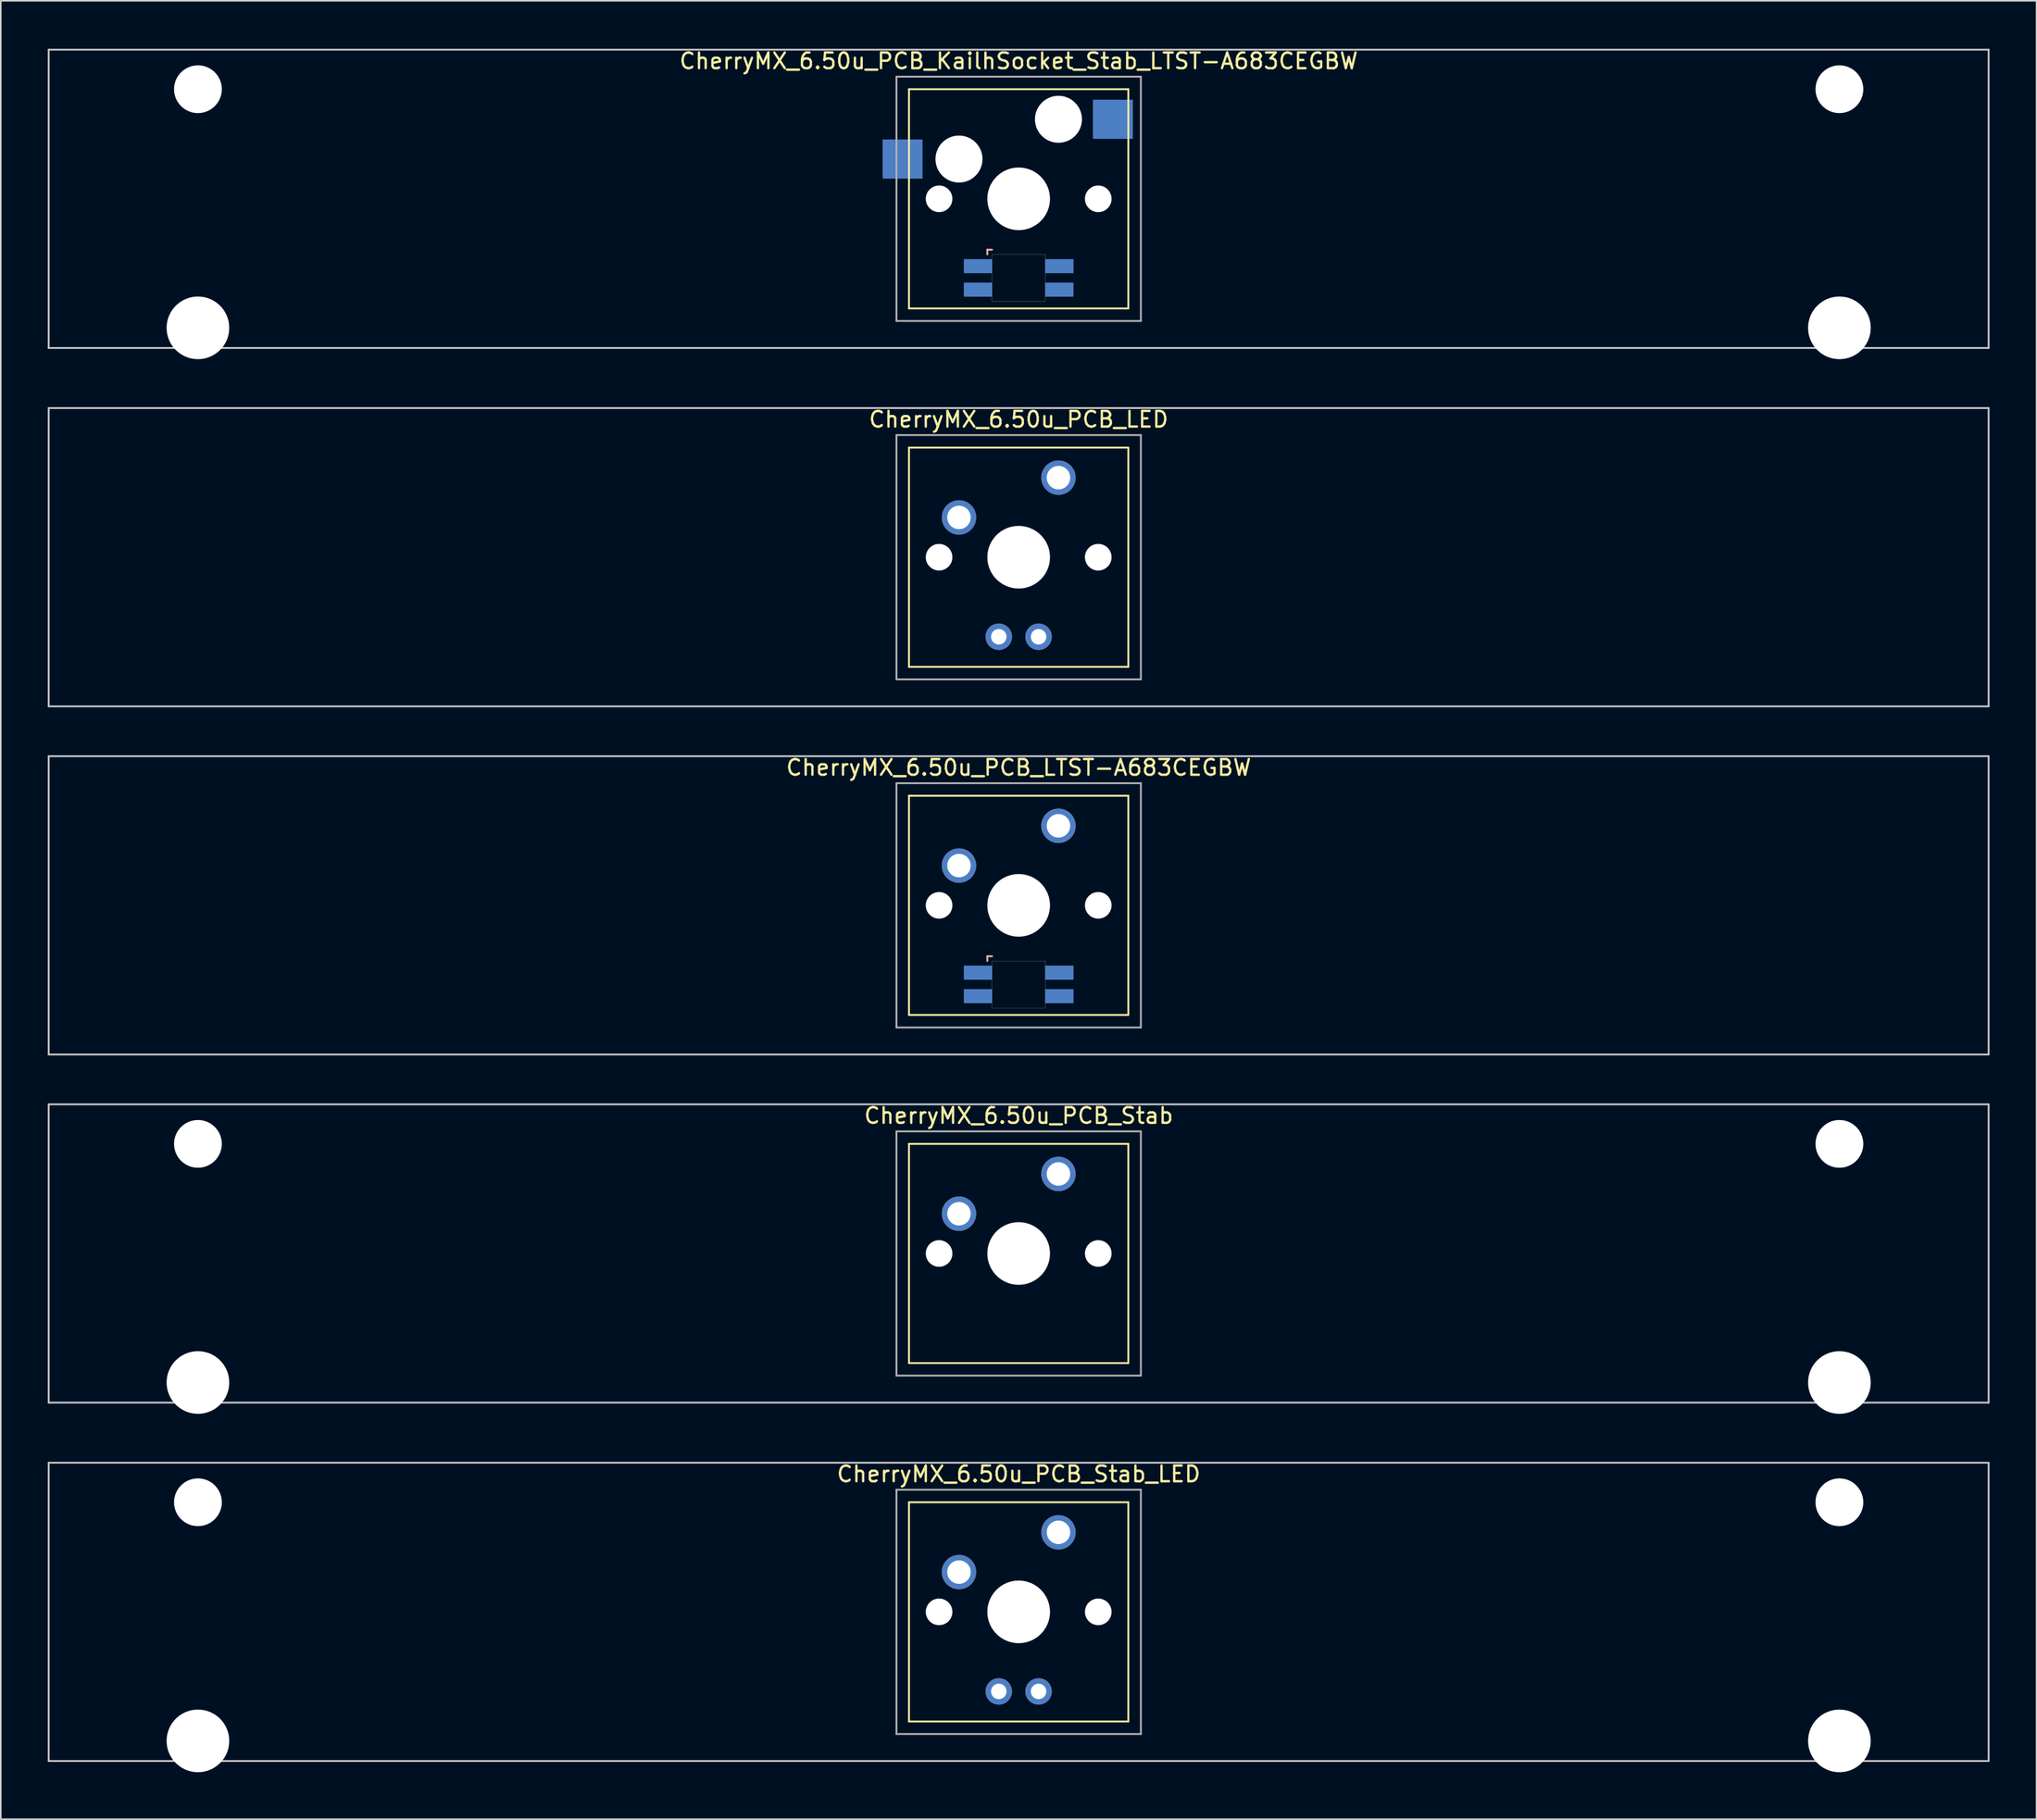
<source format=kicad_pcb>
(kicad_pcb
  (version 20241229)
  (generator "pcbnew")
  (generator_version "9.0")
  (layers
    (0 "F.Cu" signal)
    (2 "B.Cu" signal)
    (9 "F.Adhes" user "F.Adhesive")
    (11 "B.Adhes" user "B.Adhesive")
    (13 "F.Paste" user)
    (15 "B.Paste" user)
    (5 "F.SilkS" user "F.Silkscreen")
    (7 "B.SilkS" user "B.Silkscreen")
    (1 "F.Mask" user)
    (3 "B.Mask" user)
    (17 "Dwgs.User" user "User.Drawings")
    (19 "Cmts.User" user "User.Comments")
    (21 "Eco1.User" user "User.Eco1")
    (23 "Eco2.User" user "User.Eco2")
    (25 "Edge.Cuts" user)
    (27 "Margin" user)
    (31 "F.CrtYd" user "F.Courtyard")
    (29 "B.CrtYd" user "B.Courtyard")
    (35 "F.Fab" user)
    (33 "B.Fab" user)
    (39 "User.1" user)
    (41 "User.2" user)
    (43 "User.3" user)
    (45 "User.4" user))
  (footprint "CherryMX_6.50u_PCB_LTST-A683CEGBW"
    (layer "F.Cu")
    (at 61.972 54.77)
    (property "Reference" "CherryMX_6.50u_PCB_LTST-A683CEGBW" (at 0 -8.8 0) (layer "F.SilkS") (effects (font (size 1 1) (thickness 0.15))))
    (attr through_hole)
    (fp_line (start -7 -7) (end -7 7) (stroke (width 0.12) (type solid)) (layer "F.SilkS"))
    (fp_line (start -7 -7) (end 7 -7) (stroke (width 0.12) (type solid)) (layer "F.SilkS"))
    (fp_line (start 7 -7) (end 7 7) (stroke (width 0.12) (type solid)) (layer "F.SilkS"))
    (fp_line (start 7 7) (end -7 7) (stroke (width 0.12) (type solid)) (layer "F.SilkS"))
    (fp_line (start -2 3.25) (end -2 3.55) (stroke (width 0.12) (type solid)) (layer "B.SilkS"))
    (fp_line (start -1.7 3.25) (end -2 3.25) (stroke (width 0.12) (type solid)) (layer "B.SilkS"))
    (fp_line (start -61.913 -9.525) (end 61.913 -9.525) (stroke (width 0.12) (type solid)) (layer "Dwgs.User"))
    (fp_line (start -61.913 9.525) (end -61.913 -9.525) (stroke (width 0.12) (type solid)) (layer "Dwgs.User"))
    (fp_line (start 61.913 -9.525) (end 61.913 9.525) (stroke (width 0.12) (type solid)) (layer "Dwgs.User"))
    (fp_line (start 61.913 9.525) (end -61.913 9.525) (stroke (width 0.12) (type solid)) (layer "Dwgs.User"))
    (fp_poly (pts (xy 1.7 6.55) (xy -1.7 6.55) (xy -1.7 3.55) (xy 1.7 3.55)) (stroke (width 0.01) (type solid)) (fill no) (layer "Edge.Cuts"))
    (fp_line (start -7.8 -7.8) (end -7.8 7.8) (stroke (width 0.12) (type solid)) (layer "F.Fab"))
    (fp_line (start -7.8 -7.8) (end 7.8 -7.8) (stroke (width 0.12) (type solid)) (layer "F.Fab"))
    (fp_line (start -7.8 7.8) (end 7.8 7.8) (stroke (width 0.12) (type solid)) (layer "F.Fab"))
    (fp_line (start 7.8 -7.8) (end 7.8 7.8) (stroke (width 0.12) (type solid)) (layer "F.Fab"))
    (pad "" np_thru_hole circle (at -5.08 0) (size 1.7 1.7) (drill 1.7) (layers "*.Cu" "*.Mask"))
    (pad "" np_thru_hole circle (at 0 0) (size 4 4) (drill 4) (layers "*.Cu" "*.Mask"))
    (pad "" np_thru_hole circle (at 5.08 0) (size 1.7 1.7) (drill 1.7) (layers "*.Cu" "*.Mask"))
    (pad "1" thru_hole circle (at -3.81 -2.54) (size 2.2 2.2) (drill 1.5) (layers "*.Cu" "*.Mask"))
    (pad "2" thru_hole circle (at 2.54 -5.08) (size 2.2 2.2) (drill 1.5) (layers "*.Cu" "*.Mask"))
    (pad "3" smd rect (at -2.6 4.3) (size 1.8 0.9) (layers "B.Cu" "B.Mask" "B.Paste"))
    (pad "4" smd rect (at -2.6 5.8) (size 1.8 0.9) (layers "B.Cu" "B.Mask" "B.Paste"))
    (pad "5" smd rect (at 2.6 4.3) (size 1.8 0.9) (layers "B.Cu" "B.Mask" "B.Paste"))
    (pad "6" smd rect (at 2.6 5.8) (size 1.8 0.9) (layers "B.Cu" "B.Mask" "B.Paste")))
  (footprint "CherryMX_6.50u_PCB_KailhSocket_Stab_LTST-A683CEGBW"
    (layer "F.Cu")
    (at 61.972 9.648)
    (property "Reference" "CherryMX_6.50u_PCB_KailhSocket_Stab_LTST-A683CEGBW" (at 0 -8.8 0) (layer "F.SilkS") (effects (font (size 1 1) (thickness 0.15))))
    (attr through_hole)
    (fp_line (start -7 -7) (end -7 7) (stroke (width 0.12) (type solid)) (layer "F.SilkS"))
    (fp_line (start -7 -7) (end 7 -7) (stroke (width 0.12) (type solid)) (layer "F.SilkS"))
    (fp_line (start 7 -7) (end 7 7) (stroke (width 0.12) (type solid)) (layer "F.SilkS"))
    (fp_line (start 7 7) (end -7 7) (stroke (width 0.12) (type solid)) (layer "F.SilkS"))
    (fp_line (start -2 3.25) (end -2 3.55) (stroke (width 0.12) (type solid)) (layer "B.SilkS"))
    (fp_line (start -1.7 3.25) (end -2 3.25) (stroke (width 0.12) (type solid)) (layer "B.SilkS"))
    (fp_line (start -61.913 -9.525) (end 61.913 -9.525) (stroke (width 0.12) (type solid)) (layer "Dwgs.User"))
    (fp_line (start -61.913 9.525) (end -61.913 -9.525) (stroke (width 0.12) (type solid)) (layer "Dwgs.User"))
    (fp_line (start 61.913 -9.525) (end 61.913 9.525) (stroke (width 0.12) (type solid)) (layer "Dwgs.User"))
    (fp_line (start 61.913 9.525) (end -61.913 9.525) (stroke (width 0.12) (type solid)) (layer "Dwgs.User"))
    (fp_poly (pts (xy 1.7 6.55) (xy -1.7 6.55) (xy -1.7 3.55) (xy 1.7 3.55)) (stroke (width 0.01) (type solid)) (fill no) (layer "Edge.Cuts"))
    (fp_line (start -7.8 -7.8) (end -7.8 7.8) (stroke (width 0.12) (type solid)) (layer "F.Fab"))
    (fp_line (start -7.8 -7.8) (end 7.8 -7.8) (stroke (width 0.12) (type solid)) (layer "F.Fab"))
    (fp_line (start -7.8 7.8) (end 7.8 7.8) (stroke (width 0.12) (type solid)) (layer "F.Fab"))
    (fp_line (start 7.8 -7.8) (end 7.8 7.8) (stroke (width 0.12) (type solid)) (layer "F.Fab"))
    (pad "" np_thru_hole circle (at -52.388 -7) (size 3.05 3.05) (drill 3.05) (layers "*.Cu" "*.Mask"))
    (pad "" np_thru_hole circle (at -52.388 8.24) (size 4 4) (drill 4) (layers "*.Cu" "*.Mask"))
    (pad "" np_thru_hole circle (at -5.08 0) (size 1.7 1.7) (drill 1.7) (layers "*.Cu" "*.Mask"))
    (pad "" np_thru_hole circle (at -3.81 -2.54) (size 3 3) (drill 3) (layers "*.Cu" "*.Mask"))
    (pad "" np_thru_hole circle (at 0 0) (size 4 4) (drill 4) (layers "*.Cu" "*.Mask"))
    (pad "" np_thru_hole circle (at 2.54 -5.08) (size 3 3) (drill 3) (layers "*.Cu" "*.Mask"))
    (pad "" np_thru_hole circle (at 5.08 0) (size 1.7 1.7) (drill 1.7) (layers "*.Cu" "*.Mask"))
    (pad "" np_thru_hole circle (at 52.388 -7) (size 3.05 3.05) (drill 3.05) (layers "*.Cu" "*.Mask"))
    (pad "" np_thru_hole circle (at 52.388 8.24) (size 4 4) (drill 4) (layers "*.Cu" "*.Mask"))
    (pad "1" smd rect (at -7.41 -2.54) (size 2.55 2.5) (layers "B.Cu" "B.Mask" "B.Paste"))
    (pad "2" smd rect (at 6.015 -5.08) (size 2.55 2.5) (layers "B.Cu" "B.Mask" "B.Paste"))
    (pad "3" smd rect (at -2.6 4.3) (size 1.8 0.9) (layers "B.Cu" "B.Mask" "B.Paste"))
    (pad "4" smd rect (at -2.6 5.8) (size 1.8 0.9) (layers "B.Cu" "B.Mask" "B.Paste"))
    (pad "5" smd rect (at 2.6 4.3) (size 1.8 0.9) (layers "B.Cu" "B.Mask" "B.Paste"))
    (pad "6" smd rect (at 2.6 5.8) (size 1.8 0.9) (layers "B.Cu" "B.Mask" "B.Paste")))
  (footprint "CherryMX_6.50u_PCB_Stab"
    (layer "F.Cu")
    (at 61.972 77.003)
    (property "Reference" "CherryMX_6.50u_PCB_Stab" (at 0 -8.8 0) (layer "F.SilkS") (effects (font (size 1 1) (thickness 0.15))))
    (attr through_hole)
    (fp_line (start -7 -7) (end -7 7) (stroke (width 0.12) (type solid)) (layer "F.SilkS"))
    (fp_line (start -7 -7) (end 7 -7) (stroke (width 0.12) (type solid)) (layer "F.SilkS"))
    (fp_line (start 7 -7) (end 7 7) (stroke (width 0.12) (type solid)) (layer "F.SilkS"))
    (fp_line (start 7 7) (end -7 7) (stroke (width 0.12) (type solid)) (layer "F.SilkS"))
    (fp_line (start -61.913 -9.525) (end 61.913 -9.525) (stroke (width 0.12) (type solid)) (layer "Dwgs.User"))
    (fp_line (start -61.913 9.525) (end -61.913 -9.525) (stroke (width 0.12) (type solid)) (layer "Dwgs.User"))
    (fp_line (start 61.913 -9.525) (end 61.913 9.525) (stroke (width 0.12) (type solid)) (layer "Dwgs.User"))
    (fp_line (start 61.913 9.525) (end -61.913 9.525) (stroke (width 0.12) (type solid)) (layer "Dwgs.User"))
    (fp_line (start -7.8 -7.8) (end -7.8 7.8) (stroke (width 0.12) (type solid)) (layer "F.Fab"))
    (fp_line (start -7.8 -7.8) (end 7.8 -7.8) (stroke (width 0.12) (type solid)) (layer "F.Fab"))
    (fp_line (start -7.8 7.8) (end 7.8 7.8) (stroke (width 0.12) (type solid)) (layer "F.Fab"))
    (fp_line (start 7.8 -7.8) (end 7.8 7.8) (stroke (width 0.12) (type solid)) (layer "F.Fab"))
    (pad "" np_thru_hole circle (at -52.388 -7) (size 3.05 3.05) (drill 3.05) (layers "*.Cu" "*.Mask"))
    (pad "" np_thru_hole circle (at -52.388 8.24) (size 4 4) (drill 4) (layers "*.Cu" "*.Mask"))
    (pad "" np_thru_hole circle (at -5.08 0) (size 1.7 1.7) (drill 1.7) (layers "*.Cu" "*.Mask"))
    (pad "" np_thru_hole circle (at 0 0) (size 4 4) (drill 4) (layers "*.Cu" "*.Mask"))
    (pad "" np_thru_hole circle (at 5.08 0) (size 1.7 1.7) (drill 1.7) (layers "*.Cu" "*.Mask"))
    (pad "" np_thru_hole circle (at 52.388 -7) (size 3.05 3.05) (drill 3.05) (layers "*.Cu" "*.Mask"))
    (pad "" np_thru_hole circle (at 52.388 8.24) (size 4 4) (drill 4) (layers "*.Cu" "*.Mask"))
    (pad "1" thru_hole circle (at -3.81 -2.54) (size 2.2 2.2) (drill 1.5) (layers "*.Cu" "*.Mask"))
    (pad "2" thru_hole circle (at 2.54 -5.08) (size 2.2 2.2) (drill 1.5) (layers "*.Cu" "*.Mask")))
  (footprint "CherryMX_6.50u_PCB_LED"
    (layer "F.Cu")
    (at 61.972 32.536)
    (property "Reference" "CherryMX_6.50u_PCB_LED" (at 0 -8.8 0) (layer "F.SilkS") (effects (font (size 1 1) (thickness 0.15))))
    (attr through_hole)
    (fp_line (start -7 -7) (end -7 7) (stroke (width 0.12) (type solid)) (layer "F.SilkS"))
    (fp_line (start -7 -7) (end 7 -7) (stroke (width 0.12) (type solid)) (layer "F.SilkS"))
    (fp_line (start 7 -7) (end 7 7) (stroke (width 0.12) (type solid)) (layer "F.SilkS"))
    (fp_line (start 7 7) (end -7 7) (stroke (width 0.12) (type solid)) (layer "F.SilkS"))
    (fp_line (start -61.913 -9.525) (end 61.913 -9.525) (stroke (width 0.12) (type solid)) (layer "Dwgs.User"))
    (fp_line (start -61.913 9.525) (end -61.913 -9.525) (stroke (width 0.12) (type solid)) (layer "Dwgs.User"))
    (fp_line (start 61.913 -9.525) (end 61.913 9.525) (stroke (width 0.12) (type solid)) (layer "Dwgs.User"))
    (fp_line (start 61.913 9.525) (end -61.913 9.525) (stroke (width 0.12) (type solid)) (layer "Dwgs.User"))
    (fp_line (start -7.8 -7.8) (end -7.8 7.8) (stroke (width 0.12) (type solid)) (layer "F.Fab"))
    (fp_line (start -7.8 -7.8) (end 7.8 -7.8) (stroke (width 0.12) (type solid)) (layer "F.Fab"))
    (fp_line (start -7.8 7.8) (end 7.8 7.8) (stroke (width 0.12) (type solid)) (layer "F.Fab"))
    (fp_line (start 7.8 -7.8) (end 7.8 7.8) (stroke (width 0.12) (type solid)) (layer "F.Fab"))
    (pad "" np_thru_hole circle (at -5.08 0) (size 1.7 1.7) (drill 1.7) (layers "*.Cu" "*.Mask"))
    (pad "" np_thru_hole circle (at 0 0) (size 4 4) (drill 4) (layers "*.Cu" "*.Mask"))
    (pad "" np_thru_hole circle (at 5.08 0) (size 1.7 1.7) (drill 1.7) (layers "*.Cu" "*.Mask"))
    (pad "1" thru_hole circle (at -3.81 -2.54) (size 2.2 2.2) (drill 1.5) (layers "*.Cu" "*.Mask"))
    (pad "2" thru_hole circle (at 2.54 -5.08) (size 2.2 2.2) (drill 1.5) (layers "*.Cu" "*.Mask"))
    (pad "3" thru_hole circle (at -1.27 5.08) (size 1.691 1.691) (drill 0.991) (layers "*.Cu" "*.Mask"))
    (pad "4" thru_hole circle (at 1.27 5.08) (size 1.691 1.691) (drill 0.991) (layers "*.Cu" "*.Mask")))
  (footprint "CherryMX_6.50u_PCB_Stab_LED"
    (layer "F.Cu")
    (at 61.972 99.891)
    (property "Reference" "CherryMX_6.50u_PCB_Stab_LED" (at 0 -8.8 0) (layer "F.SilkS") (effects (font (size 1 1) (thickness 0.15))))
    (attr through_hole)
    (fp_line (start -7 -7) (end -7 7) (stroke (width 0.12) (type solid)) (layer "F.SilkS"))
    (fp_line (start -7 -7) (end 7 -7) (stroke (width 0.12) (type solid)) (layer "F.SilkS"))
    (fp_line (start 7 -7) (end 7 7) (stroke (width 0.12) (type solid)) (layer "F.SilkS"))
    (fp_line (start 7 7) (end -7 7) (stroke (width 0.12) (type solid)) (layer "F.SilkS"))
    (fp_line (start -61.913 -9.525) (end 61.913 -9.525) (stroke (width 0.12) (type solid)) (layer "Dwgs.User"))
    (fp_line (start -61.913 9.525) (end -61.913 -9.525) (stroke (width 0.12) (type solid)) (layer "Dwgs.User"))
    (fp_line (start 61.913 -9.525) (end 61.913 9.525) (stroke (width 0.12) (type solid)) (layer "Dwgs.User"))
    (fp_line (start 61.913 9.525) (end -61.913 9.525) (stroke (width 0.12) (type solid)) (layer "Dwgs.User"))
    (fp_line (start -7.8 -7.8) (end -7.8 7.8) (stroke (width 0.12) (type solid)) (layer "F.Fab"))
    (fp_line (start -7.8 -7.8) (end 7.8 -7.8) (stroke (width 0.12) (type solid)) (layer "F.Fab"))
    (fp_line (start -7.8 7.8) (end 7.8 7.8) (stroke (width 0.12) (type solid)) (layer "F.Fab"))
    (fp_line (start 7.8 -7.8) (end 7.8 7.8) (stroke (width 0.12) (type solid)) (layer "F.Fab"))
    (pad "" np_thru_hole circle (at -52.388 -7) (size 3.05 3.05) (drill 3.05) (layers "*.Cu" "*.Mask"))
    (pad "" np_thru_hole circle (at -52.388 8.24) (size 4 4) (drill 4) (layers "*.Cu" "*.Mask"))
    (pad "" np_thru_hole circle (at -5.08 0) (size 1.7 1.7) (drill 1.7) (layers "*.Cu" "*.Mask"))
    (pad "" np_thru_hole circle (at 0 0) (size 4 4) (drill 4) (layers "*.Cu" "*.Mask"))
    (pad "" np_thru_hole circle (at 5.08 0) (size 1.7 1.7) (drill 1.7) (layers "*.Cu" "*.Mask"))
    (pad "" np_thru_hole circle (at 52.388 -7) (size 3.05 3.05) (drill 3.05) (layers "*.Cu" "*.Mask"))
    (pad "" np_thru_hole circle (at 52.388 8.24) (size 4 4) (drill 4) (layers "*.Cu" "*.Mask"))
    (pad "1" thru_hole circle (at -3.81 -2.54) (size 2.2 2.2) (drill 1.5) (layers "*.Cu" "*.Mask"))
    (pad "2" thru_hole circle (at 2.54 -5.08) (size 2.2 2.2) (drill 1.5) (layers "*.Cu" "*.Mask"))
    (pad "3" thru_hole circle (at -1.27 5.08) (size 1.691 1.691) (drill 0.991) (layers "*.Cu" "*.Mask"))
    (pad "4" thru_hole circle (at 1.27 5.08) (size 1.691 1.691) (drill 0.991) (layers "*.Cu" "*.Mask")))
  (gr_rect
    (start -3 -3)
    (end 126.945 113.131)
    (stroke (width 0.1) (type default))
    (fill no)
    (layer "Edge.Cuts")))
</source>
